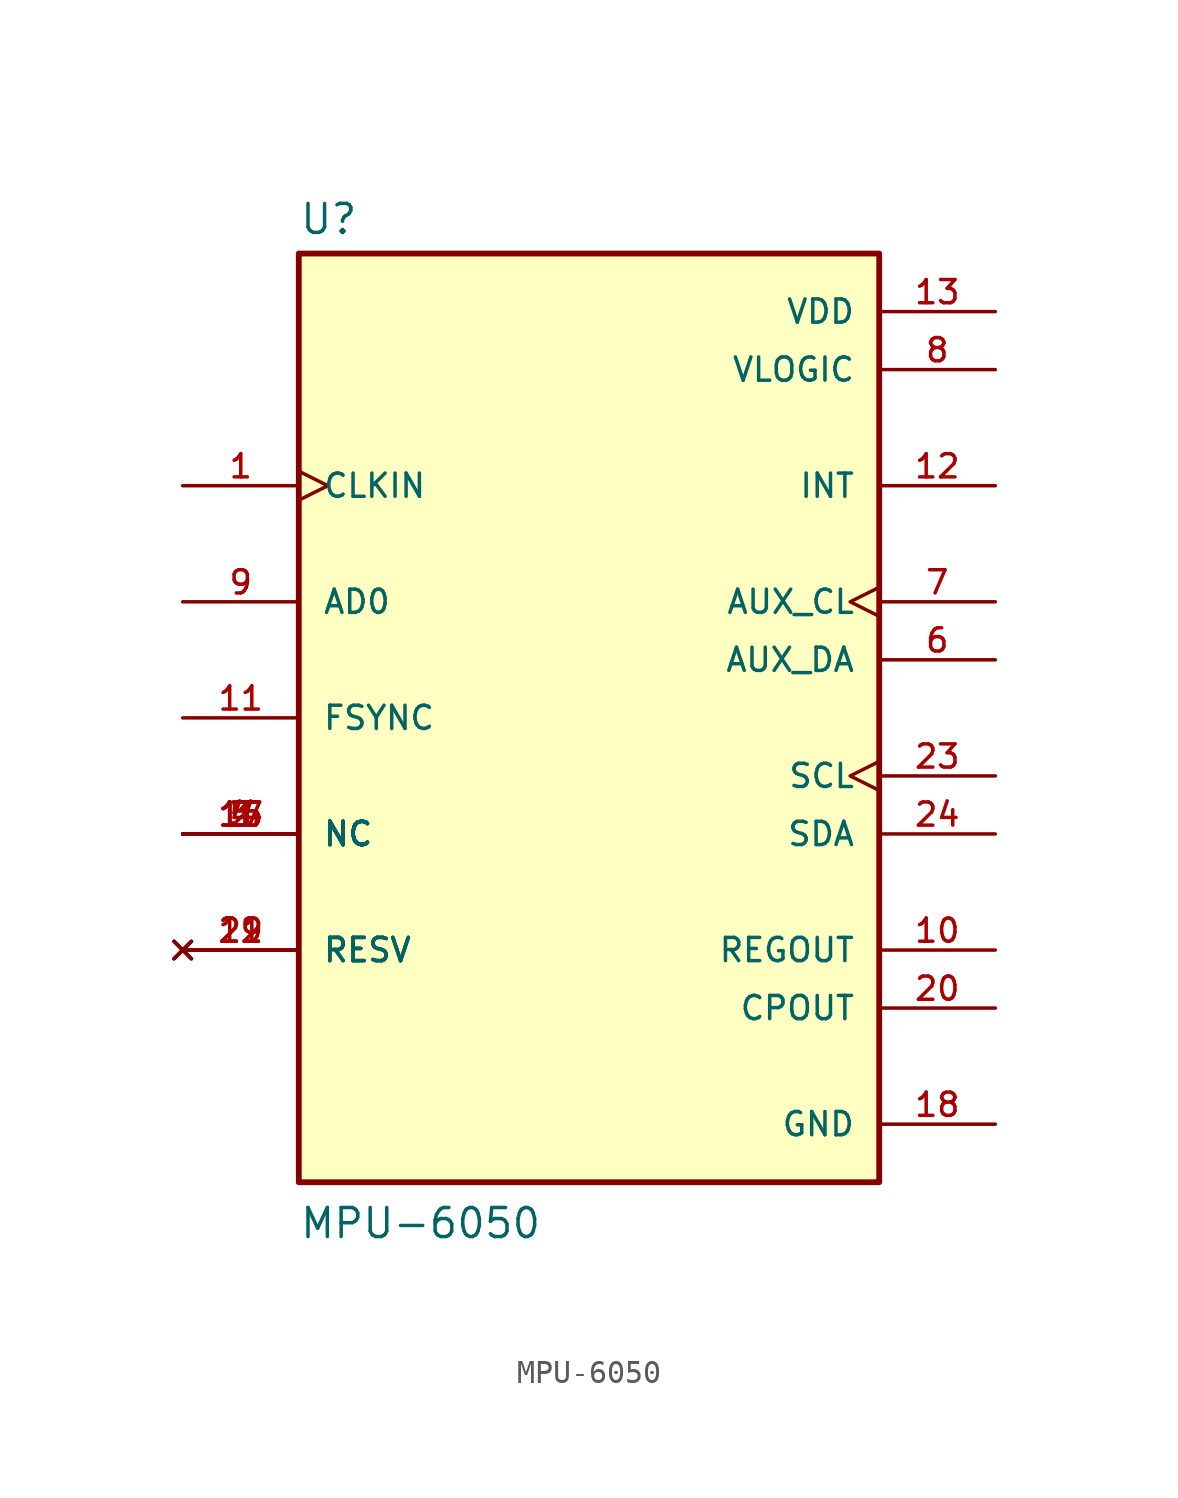
<source format=kicad_sym>
(kicad_symbol_lib
  (version 20220914)
  (generator kicad_symbol_editor)
  (symbol "MPU-6050"
    (pin_names
      (offset 1.016))
    (property "Reference" "U"
      (at -12.7 21.082 0)
      (effects (font (size 1.27 1.27)) (justify left bottom)))
    (property "Value" "MPU-6050"
      (at -12.7 -22.86 0)
      (effects (font (size 1.27 1.27)) (justify left bottom)))
    (symbol "MPU-6050_0_0"
      (rectangle (start -12.7 -20.32) (end 12.7 20.32) (stroke (width 0.254) (type default)) (fill (type background)))
      (pin input clock (at -17.78 10.16 0) (length 5.08) (name "CLKIN" (effects (font (size 1.016 1.016)))) (number "1" (effects (font (size 1.016 1.016)))))
      (pin passive line (at 17.78 -10.16 180) (length 5.08) (name "REGOUT" (effects (font (size 1.016 1.016)))) (number "10" (effects (font (size 1.016 1.016)))))
      (pin input line (at -17.78 0 0) (length 5.08) (name "FSYNC" (effects (font (size 1.016 1.016)))) (number "11" (effects (font (size 1.016 1.016)))))
      (pin output line (at 17.78 10.16 180) (length 5.08) (name "INT" (effects (font (size 1.016 1.016)))) (number "12" (effects (font (size 1.016 1.016)))))
      (pin power_in line (at 17.78 17.78 180) (length 5.08) (name "VDD" (effects (font (size 1.016 1.016)))) (number "13" (effects (font (size 1.016 1.016)))))
      (pin passive line (at -17.78 -5.08 0) (length 5.08) (name "NC" (effects (font (size 1.016 1.016)))) (number "14" (effects (font (size 1.016 1.016)))))
      (pin passive line (at -17.78 -5.08 0) (length 5.08) (name "NC" (effects (font (size 1.016 1.016)))) (number "15" (effects (font (size 1.016 1.016)))))
      (pin passive line (at -17.78 -5.08 0) (length 5.08) (name "NC" (effects (font (size 1.016 1.016)))) (number "16" (effects (font (size 1.016 1.016)))))
      (pin passive line (at -17.78 -5.08 0) (length 5.08) (name "NC" (effects (font (size 1.016 1.016)))) (number "17" (effects (font (size 1.016 1.016)))))
      (pin power_in line (at 17.78 -17.78 180) (length 5.08) (name "GND" (effects (font (size 1.016 1.016)))) (number "18" (effects (font (size 1.016 1.016)))))
      (pin no_connect line (at -17.78 -10.16 0) (length 5.08) (name "RESV" (effects (font (size 1.016 1.016)))) (number "19" (effects (font (size 1.016 1.016)))))
      (pin passive line (at -17.78 -5.08 0) (length 5.08) (name "NC" (effects (font (size 1.016 1.016)))) (number "2" (effects (font (size 1.016 1.016)))))
      (pin passive line (at 17.78 -12.7 180) (length 5.08) (name "CPOUT" (effects (font (size 1.016 1.016)))) (number "20" (effects (font (size 1.016 1.016)))))
      (pin no_connect line (at -17.78 -10.16 0) (length 5.08) (name "RESV" (effects (font (size 1.016 1.016)))) (number "21" (effects (font (size 1.016 1.016)))))
      (pin no_connect line (at -17.78 -10.16 0) (length 5.08) (name "RESV" (effects (font (size 1.016 1.016)))) (number "22" (effects (font (size 1.016 1.016)))))
      (pin input clock (at 17.78 -2.54 180) (length 5.08) (name "SCL" (effects (font (size 1.016 1.016)))) (number "23" (effects (font (size 1.016 1.016)))))
      (pin bidirectional line (at 17.78 -5.08 180) (length 5.08) (name "SDA" (effects (font (size 1.016 1.016)))) (number "24" (effects (font (size 1.016 1.016)))))
      (pin passive line (at -17.78 -5.08 0) (length 5.08) (name "NC" (effects (font (size 1.016 1.016)))) (number "3" (effects (font (size 1.016 1.016)))))
      (pin passive line (at -17.78 -5.08 0) (length 5.08) (name "NC" (effects (font (size 1.016 1.016)))) (number "4" (effects (font (size 1.016 1.016)))))
      (pin passive line (at -17.78 -5.08 0) (length 5.08) (name "NC" (effects (font (size 1.016 1.016)))) (number "5" (effects (font (size 1.016 1.016)))))
      (pin bidirectional line (at 17.78 2.54 180) (length 5.08) (name "AUX_DA" (effects (font (size 1.016 1.016)))) (number "6" (effects (font (size 1.016 1.016)))))
      (pin output clock (at 17.78 5.08 180) (length 5.08) (name "AUX_CL" (effects (font (size 1.016 1.016)))) (number "7" (effects (font (size 1.016 1.016)))))
      (pin power_in line (at 17.78 15.24 180) (length 5.08) (name "VLOGIC" (effects (font (size 1.016 1.016)))) (number "8" (effects (font (size 1.016 1.016)))))
      (pin input line (at -17.78 5.08 0) (length 5.08) (name "AD0" (effects (font (size 1.016 1.016)))) (number "9" (effects (font (size 1.016 1.016))))))))
</source>
